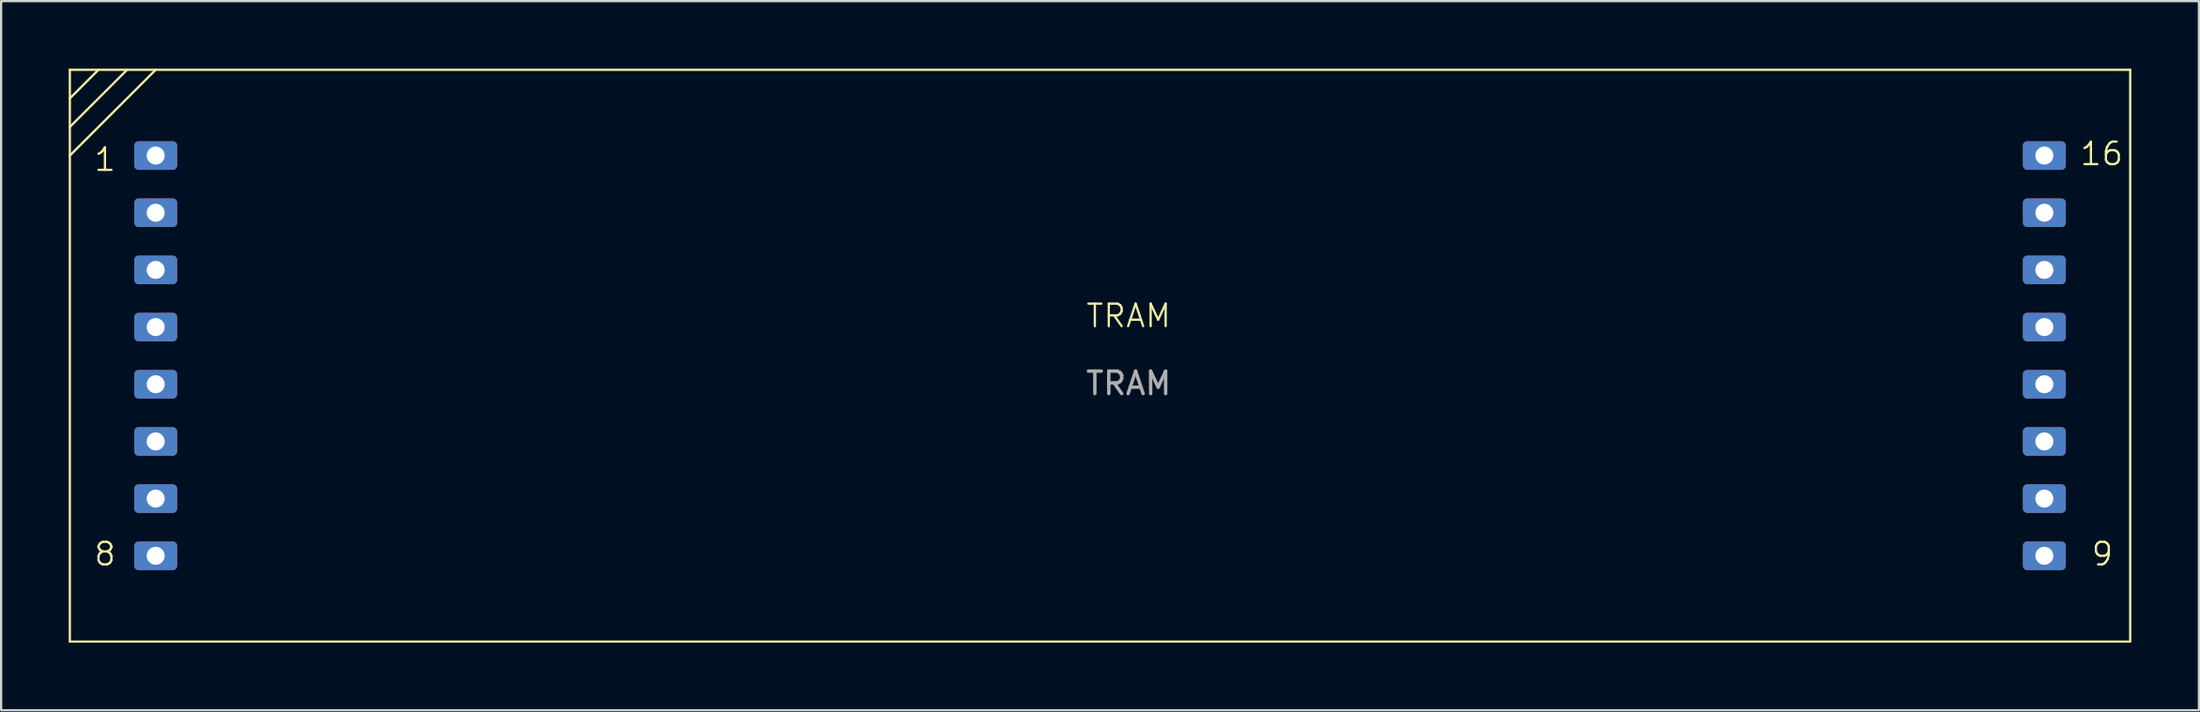
<source format=kicad_pcb>
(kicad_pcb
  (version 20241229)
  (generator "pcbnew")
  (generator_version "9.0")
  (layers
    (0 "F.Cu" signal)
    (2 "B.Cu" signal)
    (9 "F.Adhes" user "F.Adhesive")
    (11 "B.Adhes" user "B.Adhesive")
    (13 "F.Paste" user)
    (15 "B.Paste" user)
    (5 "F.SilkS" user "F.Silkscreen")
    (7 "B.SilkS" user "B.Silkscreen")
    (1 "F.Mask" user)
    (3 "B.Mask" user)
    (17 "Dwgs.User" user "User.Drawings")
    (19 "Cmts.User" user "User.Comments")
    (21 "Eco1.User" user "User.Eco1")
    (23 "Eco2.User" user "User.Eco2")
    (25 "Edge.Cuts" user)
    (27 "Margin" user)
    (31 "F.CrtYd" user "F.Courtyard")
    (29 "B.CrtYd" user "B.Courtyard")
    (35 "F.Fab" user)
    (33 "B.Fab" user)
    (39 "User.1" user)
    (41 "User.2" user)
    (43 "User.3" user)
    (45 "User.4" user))
  (footprint "TRAM"
    (layer "F.Cu")
    (at 47.04 11.48)
    (property "Reference" "TRAM" (at 0 -0.5 0) (unlocked yes) (layer "F.SilkS") (effects (font (size 1 1) (thickness 0.1))))
    (attr through_hole)
    (fp_line (start -46.99 -11.43) (end 44.45 -11.43) (stroke (width 0.1) (type default)) (layer "F.SilkS"))
    (fp_line (start -46.99 13.97) (end -46.99 -11.43) (stroke (width 0.1) (type default)) (layer "F.SilkS"))
    (fp_line (start -45.72 -11.43) (end -46.99 -10.16) (stroke (width 0.1) (type default)) (layer "F.SilkS"))
    (fp_line (start -44.45 -11.43) (end -46.99 -8.89) (stroke (width 0.1) (type default)) (layer "F.SilkS"))
    (fp_line (start -43.18 -11.43) (end -46.99 -7.62) (stroke (width 0.1) (type default)) (layer "F.SilkS"))
    (fp_line (start 44.45 -11.43) (end 44.45 13.97) (stroke (width 0.1) (type default)) (layer "F.SilkS"))
    (fp_line (start 44.45 13.97) (end -46.99 13.97) (stroke (width 0.1) (type default)) (layer "F.SilkS"))
    (fp_text user "1" (at -45.974 -6.858 0) (unlocked yes) (layer "F.SilkS") (effects (font (size 1 1) (thickness 0.1)) (justify left bottom)))
    (fp_text user "8" (at -45.974 10.668 0) (unlocked yes) (layer "F.SilkS") (effects (font (size 1 1) (thickness 0.1)) (justify left bottom)))
    (fp_text user "16" (at 42.164 -7.112 0) (unlocked yes) (layer "F.SilkS") (effects (font (size 1 1) (thickness 0.1)) (justify left bottom)))
    (fp_text user "9" (at 42.672 10.668 0) (unlocked yes) (layer "F.SilkS") (effects (font (size 1 1) (thickness 0.1)) (justify left bottom)))
    (fp_text user "${REFERENCE}" (at 0 2.5 0) (unlocked yes) (layer "F.Fab") (effects (font (size 1 1) (thickness 0.15))))
    (pad "1" thru_hole roundrect (at -43.18 -7.62) (size 1.905 1.27) (drill 0.8) (layers "*.Cu" "*.Mask") (roundrect_rratio 0.15))
    (pad "2" thru_hole roundrect (at -43.18 -5.08) (size 1.905 1.27) (drill 0.8) (layers "*.Cu" "*.Mask") (roundrect_rratio 0.15))
    (pad "3" thru_hole roundrect (at -43.18 -2.54) (size 1.905 1.27) (drill 0.8) (layers "*.Cu" "*.Mask") (roundrect_rratio 0.15))
    (pad "4" thru_hole roundrect (at -43.18 0) (size 1.905 1.27) (drill 0.8) (layers "*.Cu" "*.Mask") (roundrect_rratio 0.15))
    (pad "5" thru_hole roundrect (at -43.18 2.54) (size 1.905 1.27) (drill 0.8) (layers "*.Cu" "*.Mask") (roundrect_rratio 0.15))
    (pad "6" thru_hole roundrect (at -43.18 5.08) (size 1.905 1.27) (drill 0.8) (layers "*.Cu" "*.Mask") (roundrect_rratio 0.15))
    (pad "7" thru_hole roundrect (at -43.18 7.62) (size 1.905 1.27) (drill 0.8) (layers "*.Cu" "*.Mask") (roundrect_rratio 0.15))
    (pad "8" thru_hole roundrect (at -43.18 10.16) (size 1.905 1.27) (drill 0.8) (layers "*.Cu" "*.Mask") (roundrect_rratio 0.15))
    (pad "9" thru_hole roundrect (at 40.64 10.16) (size 1.905 1.27) (drill 0.8) (layers "*.Cu" "*.Mask") (roundrect_rratio 0.15))
    (pad "10" thru_hole roundrect (at 40.64 7.62) (size 1.905 1.27) (drill 0.8) (layers "*.Cu" "*.Mask") (roundrect_rratio 0.15))
    (pad "11" thru_hole roundrect (at 40.64 5.08) (size 1.905 1.27) (drill 0.8) (layers "*.Cu" "*.Mask") (roundrect_rratio 0.15))
    (pad "12" thru_hole roundrect (at 40.64 2.54) (size 1.905 1.27) (drill 0.8) (layers "*.Cu" "*.Mask") (roundrect_rratio 0.15))
    (pad "13" thru_hole roundrect (at 40.64 0) (size 1.905 1.27) (drill 0.8) (layers "*.Cu" "*.Mask") (roundrect_rratio 0.15))
    (pad "14" thru_hole roundrect (at 40.64 -2.54) (size 1.905 1.27) (drill 0.8) (layers "*.Cu" "*.Mask") (roundrect_rratio 0.15))
    (pad "15" thru_hole roundrect (at 40.64 -5.08) (size 1.905 1.27) (drill 0.8) (layers "*.Cu" "*.Mask") (roundrect_rratio 0.15))
    (pad "16" thru_hole roundrect (at 40.64 -7.62) (size 1.905 1.27) (drill 0.8) (layers "*.Cu" "*.Mask") (roundrect_rratio 0.15)))
  (gr_rect
    (start -3 -3)
    (end 94.54 28.5)
    (stroke (width 0.1) (type default))
    (fill no)
    (layer "Edge.Cuts")))
</source>
